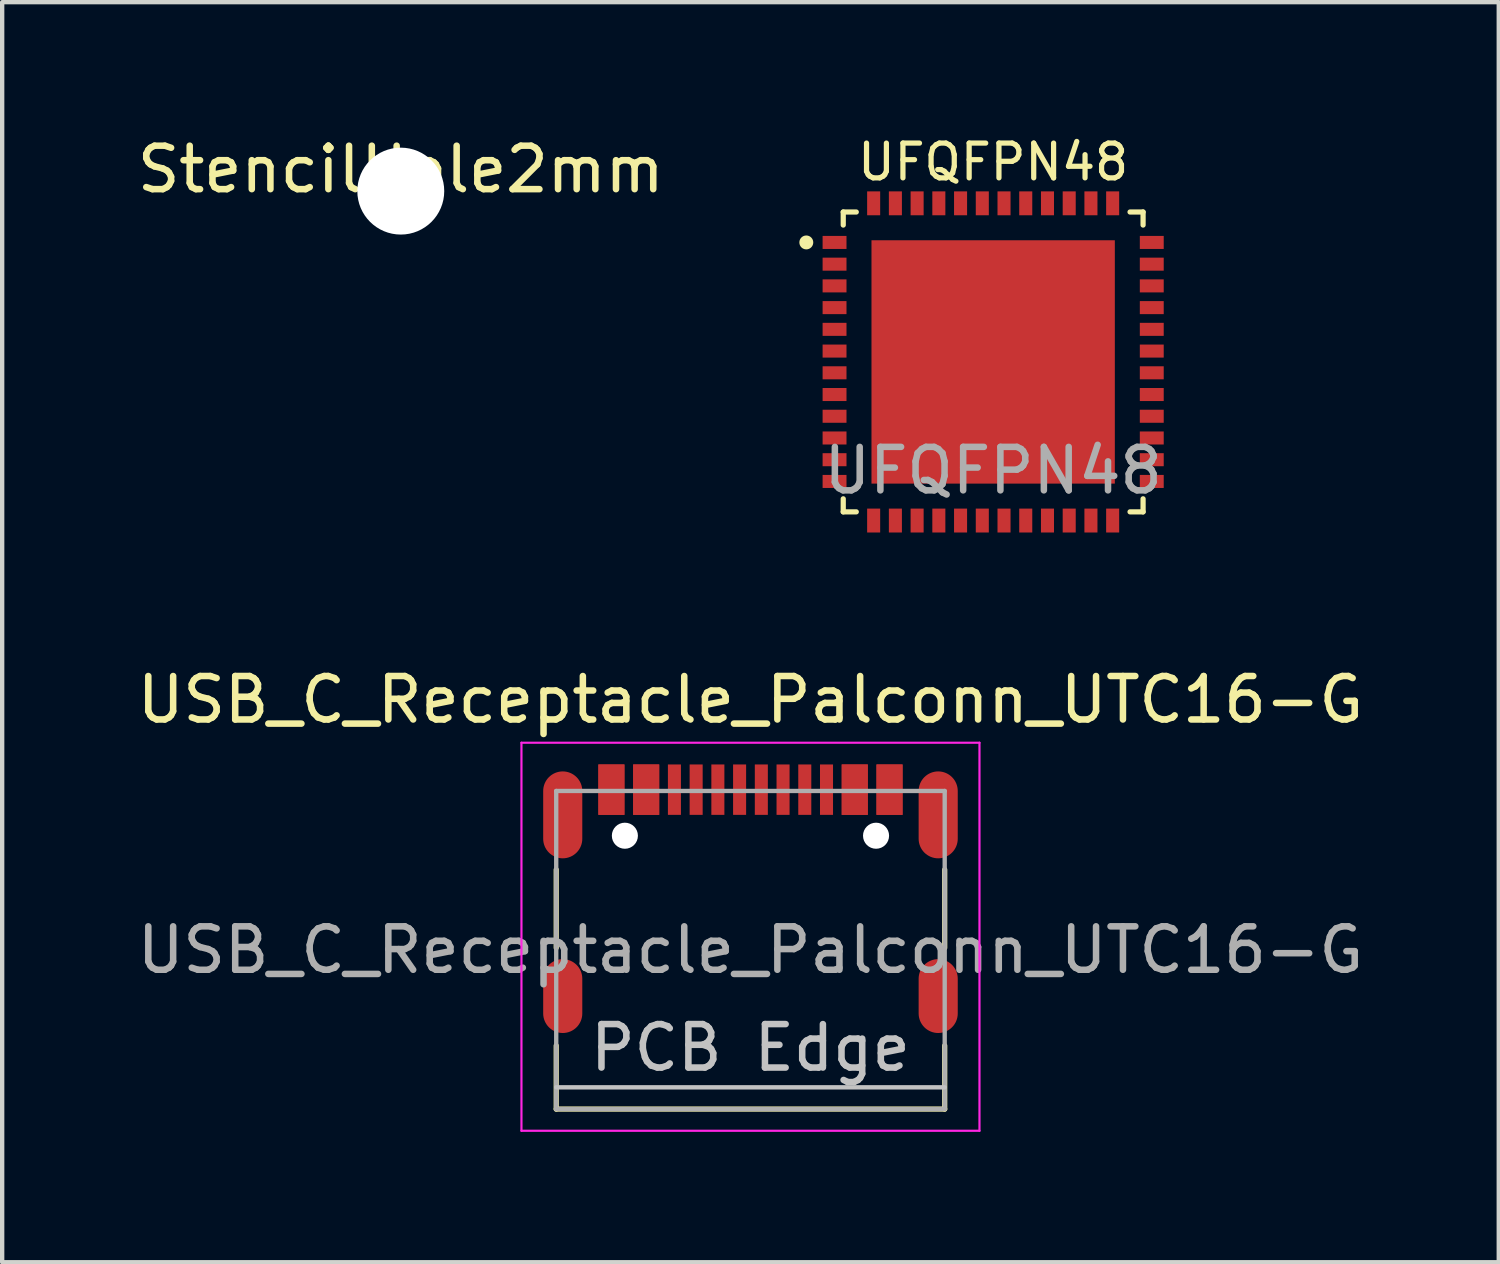
<source format=kicad_pcb>
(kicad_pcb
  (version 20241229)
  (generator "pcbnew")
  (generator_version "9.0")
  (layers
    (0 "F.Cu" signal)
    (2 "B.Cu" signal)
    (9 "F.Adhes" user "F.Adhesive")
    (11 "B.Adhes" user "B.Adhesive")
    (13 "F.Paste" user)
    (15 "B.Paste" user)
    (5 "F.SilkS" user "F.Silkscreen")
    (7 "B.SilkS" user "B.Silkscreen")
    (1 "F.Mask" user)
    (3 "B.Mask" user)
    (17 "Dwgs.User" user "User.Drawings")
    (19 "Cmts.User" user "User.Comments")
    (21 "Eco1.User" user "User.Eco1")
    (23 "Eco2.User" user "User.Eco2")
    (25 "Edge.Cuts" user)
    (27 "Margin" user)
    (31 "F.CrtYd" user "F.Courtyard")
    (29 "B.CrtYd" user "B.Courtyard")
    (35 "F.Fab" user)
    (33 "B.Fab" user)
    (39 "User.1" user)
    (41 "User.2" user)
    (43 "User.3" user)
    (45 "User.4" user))
  (footprint "USB_C_Receptacle_Palconn_UTC16-G"
    (layer "F.Cu")
    (at 14.22 17.632)
    (property "Reference" "USB_C_Receptacle_Palconn_UTC16-G" (at 0 -4.58 0) (layer "F.SilkS") (effects (font (size 1 1) (thickness 0.15))))
    (attr smd)
    (fp_line (start -4.47 -0.67) (end -4.47 1.13) (stroke (width 0.12) (type solid)) (layer "F.SilkS"))
    (fp_line (start -4.47 4.84) (end -4.47 3.38) (stroke (width 0.12) (type solid)) (layer "F.SilkS"))
    (fp_line (start 4.47 -0.67) (end 4.47 1.13) (stroke (width 0.12) (type solid)) (layer "F.SilkS"))
    (fp_line (start 4.47 4.84) (end -4.47 4.84) (stroke (width 0.12) (type solid)) (layer "F.SilkS"))
    (fp_line (start 4.47 4.84) (end 4.47 3.38) (stroke (width 0.12) (type solid)) (layer "F.SilkS"))
    (fp_line (start -4.47 4.34) (end 4.47 4.34) (stroke (width 0.1) (type solid)) (layer "Dwgs.User"))
    (fp_line (start -5.27 -3.59) (end -5.27 5.34) (stroke (width 0.05) (type solid)) (layer "F.CrtYd"))
    (fp_line (start -5.27 5.34) (end 5.27 5.34) (stroke (width 0.05) (type solid)) (layer "F.CrtYd"))
    (fp_line (start 5.27 -3.59) (end -5.27 -3.59) (stroke (width 0.05) (type solid)) (layer "F.CrtYd"))
    (fp_line (start 5.27 5.34) (end 5.27 -3.59) (stroke (width 0.05) (type solid)) (layer "F.CrtYd"))
    (fp_line (start -4.47 -2.48) (end -4.47 4.84) (stroke (width 0.1) (type solid)) (layer "F.Fab"))
    (fp_line (start -4.47 -2.48) (end 4.47 -2.48) (stroke (width 0.1) (type solid)) (layer "F.Fab"))
    (fp_line (start 4.47 -2.48) (end 4.47 4.84) (stroke (width 0.1) (type solid)) (layer "F.Fab"))
    (fp_line (start 4.47 4.84) (end -4.47 4.84) (stroke (width 0.1) (type solid)) (layer "F.Fab"))
    (fp_text user "PCB Edge" (at 0 3.43 0) (layer "Dwgs.User") (effects (font (size 1 1) (thickness 0.15))))
    (fp_text user "${REFERENCE}" (at 0 1.18 0) (layer "F.Fab") (effects (font (size 1 1) (thickness 0.15))))
    (pad "" np_thru_hole circle (at -2.89 -1.45 180) (size 0.6 0.6) (drill 0.6) (layers "*.Cu" "*.Mask"))
    (pad "" np_thru_hole circle (at 2.89 -1.45 180) (size 0.6 0.6) (drill 0.6) (layers "*.Cu" "*.Mask"))
    (pad "A1" smd rect (at -3.2 -2.51) (size 0.6 1.16) (layers "F.Cu" "F.Mask" "F.Paste"))
    (pad "A4" smd rect (at -2.4 -2.51) (size 0.6 1.16) (layers "F.Cu" "F.Mask" "F.Paste"))
    (pad "A5" smd rect (at -1.25 -2.51 180) (size 0.3 1.16) (layers "F.Cu" "F.Mask" "F.Paste"))
    (pad "A6" smd rect (at -0.25 -2.51 180) (size 0.3 1.16) (layers "F.Cu" "F.Mask" "F.Paste"))
    (pad "A7" smd rect (at 0.25 -2.51 180) (size 0.3 1.16) (layers "F.Cu" "F.Mask" "F.Paste"))
    (pad "A8" smd rect (at 1.25 -2.51 180) (size 0.3 1.16) (layers "F.Cu" "F.Mask" "F.Paste"))
    (pad "A9" smd rect (at 2.4 -2.51) (size 0.6 1.16) (layers "F.Cu" "F.Mask" "F.Paste"))
    (pad "A12" smd rect (at 3.2 -2.51) (size 0.6 1.16) (layers "F.Cu" "F.Mask" "F.Paste"))
    (pad "B1" smd rect (at 3.2 -2.51) (size 0.6 1.16) (layers "F.Cu" "F.Mask" "F.Paste"))
    (pad "B4" smd rect (at 2.4 -2.51) (size 0.6 1.16) (layers "F.Cu" "F.Mask" "F.Paste"))
    (pad "B5" smd rect (at 1.75 -2.51 180) (size 0.3 1.16) (layers "F.Cu" "F.Mask" "F.Paste"))
    (pad "B6" smd rect (at 0.75 -2.51 180) (size 0.3 1.16) (layers "F.Cu" "F.Mask" "F.Paste"))
    (pad "B7" smd rect (at -0.75 -2.51 180) (size 0.3 1.16) (layers "F.Cu" "F.Mask" "F.Paste"))
    (pad "B8" smd rect (at -1.75 -2.51 180) (size 0.3 1.16) (layers "F.Cu" "F.Mask" "F.Paste"))
    (pad "B9" smd rect (at -2.4 -2.51) (size 0.6 1.16) (layers "F.Cu" "F.Mask" "F.Paste"))
    (pad "B12" smd rect (at -3.2 -2.51) (size 0.6 1.16) (layers "F.Cu" "F.Mask" "F.Paste"))
    (pad "S1" smd oval (at -4.32 -1.93 90) (size 2 0.9) (layers "F.Cu" "F.Mask" "F.Paste"))
    (pad "S1" smd oval (at -4.32 2.24 90) (size 1.7 0.9) (layers "F.Cu" "F.Mask" "F.Paste"))
    (pad "S1" smd oval (at 4.32 -1.93 90) (size 2 0.9) (layers "F.Cu" "F.Mask" "F.Paste"))
    (pad "S1" smd oval (at 4.32 2.24 90) (size 1.7 0.9) (layers "F.Cu" "F.Mask" "F.Paste")))
  (footprint "UFQFPN48"
    (layer "F.Cu")
    (at 19.805 5.279)
    (property "Reference" "UFQFPN48" (at 0 -4.6 0) (unlocked yes) (layer "F.SilkS") (effects (font (size 0.8 0.8) (thickness 0.12))))
    (attr smd)
    (fp_line (start -3.45 -3.45) (end -3.45 -3.15) (stroke (width 0.12) (type solid)) (layer "F.SilkS"))
    (fp_line (start -3.45 3.15) (end -3.45 3.45) (stroke (width 0.12) (type solid)) (layer "F.SilkS"))
    (fp_line (start -3.45 3.45) (end -3.15 3.45) (stroke (width 0.12) (type solid)) (layer "F.SilkS"))
    (fp_line (start -3.15 -3.45) (end -3.45 -3.45) (stroke (width 0.12) (type solid)) (layer "F.SilkS"))
    (fp_line (start 3.15 3.45) (end 3.45 3.45) (stroke (width 0.12) (type solid)) (layer "F.SilkS"))
    (fp_line (start 3.45 -3.45) (end 3.15 -3.45) (stroke (width 0.12) (type solid)) (layer "F.SilkS"))
    (fp_line (start 3.45 -3.15) (end 3.45 -3.45) (stroke (width 0.12) (type solid)) (layer "F.SilkS"))
    (fp_line (start 3.45 3.45) (end 3.45 3.15) (stroke (width 0.12) (type solid)) (layer "F.SilkS"))
    (fp_circle (center -4.3 -2.75) (end -4.2 -2.75) (stroke (width 0.12) (type solid)) (fill yes) (layer "F.SilkS"))
    (fp_text user "${REFERENCE}" (at 0 2.5 0) (unlocked yes) (layer "F.Fab") (effects (font (size 1 1) (thickness 0.15))))
    (pad "1" smd rect (at -3.65 -2.75 270) (size 0.3 0.55) (layers "F.Cu" "F.Mask" "F.Paste"))
    (pad "2" smd rect (at -3.65 -2.25 270) (size 0.3 0.55) (layers "F.Cu" "F.Mask" "F.Paste"))
    (pad "3" smd rect (at -3.65 -1.75 270) (size 0.3 0.55) (layers "F.Cu" "F.Mask" "F.Paste"))
    (pad "4" smd rect (at -3.65 -1.25 270) (size 0.3 0.55) (layers "F.Cu" "F.Mask" "F.Paste"))
    (pad "5" smd rect (at -3.65 -0.75 270) (size 0.3 0.55) (layers "F.Cu" "F.Mask" "F.Paste"))
    (pad "6" smd rect (at -3.65 -0.25 270) (size 0.3 0.55) (layers "F.Cu" "F.Mask" "F.Paste"))
    (pad "7" smd rect (at -3.65 0.25 270) (size 0.3 0.55) (layers "F.Cu" "F.Mask" "F.Paste"))
    (pad "8" smd rect (at -3.65 0.75 270) (size 0.3 0.55) (layers "F.Cu" "F.Mask" "F.Paste"))
    (pad "9" smd rect (at -3.65 1.25 270) (size 0.3 0.55) (layers "F.Cu" "F.Mask" "F.Paste"))
    (pad "10" smd rect (at -3.65 1.75 270) (size 0.3 0.55) (layers "F.Cu" "F.Mask" "F.Paste"))
    (pad "11" smd rect (at -3.65 2.25 270) (size 0.3 0.55) (layers "F.Cu" "F.Mask" "F.Paste"))
    (pad "12" smd rect (at -3.65 2.75 270) (size 0.3 0.55) (layers "F.Cu" "F.Mask" "F.Paste"))
    (pad "13" smd rect (at -2.75 3.65) (size 0.3 0.55) (layers "F.Cu" "F.Mask" "F.Paste"))
    (pad "14" smd rect (at -2.25 3.65) (size 0.3 0.55) (layers "F.Cu" "F.Mask" "F.Paste"))
    (pad "15" smd rect (at -1.75 3.65) (size 0.3 0.55) (layers "F.Cu" "F.Mask" "F.Paste"))
    (pad "16" smd rect (at -1.25 3.65) (size 0.3 0.55) (layers "F.Cu" "F.Mask" "F.Paste"))
    (pad "17" smd rect (at -0.75 3.65) (size 0.3 0.55) (layers "F.Cu" "F.Mask" "F.Paste"))
    (pad "18" smd rect (at -0.25 3.65) (size 0.3 0.55) (layers "F.Cu" "F.Mask" "F.Paste"))
    (pad "19" smd rect (at 0.25 3.65) (size 0.3 0.55) (layers "F.Cu" "F.Mask" "F.Paste"))
    (pad "20" smd rect (at 0.75 3.65) (size 0.3 0.55) (layers "F.Cu" "F.Mask" "F.Paste"))
    (pad "21" smd rect (at 1.25 3.65) (size 0.3 0.55) (layers "F.Cu" "F.Mask" "F.Paste"))
    (pad "22" smd rect (at 1.75 3.65) (size 0.3 0.55) (layers "F.Cu" "F.Mask" "F.Paste"))
    (pad "23" smd rect (at 2.25 3.65) (size 0.3 0.55) (layers "F.Cu" "F.Mask" "F.Paste"))
    (pad "24" smd rect (at 2.75 3.65) (size 0.3 0.55) (layers "F.Cu" "F.Mask" "F.Paste"))
    (pad "25" smd rect (at 3.65 2.75 90) (size 0.3 0.55) (layers "F.Cu" "F.Mask" "F.Paste"))
    (pad "26" smd rect (at 3.65 2.25 90) (size 0.3 0.55) (layers "F.Cu" "F.Mask" "F.Paste"))
    (pad "27" smd rect (at 3.65 1.75 90) (size 0.3 0.55) (layers "F.Cu" "F.Mask" "F.Paste"))
    (pad "28" smd rect (at 3.65 1.25 90) (size 0.3 0.55) (layers "F.Cu" "F.Mask" "F.Paste"))
    (pad "29" smd rect (at 3.65 0.75 90) (size 0.3 0.55) (layers "F.Cu" "F.Mask" "F.Paste"))
    (pad "30" smd rect (at 3.65 0.25 90) (size 0.3 0.55) (layers "F.Cu" "F.Mask" "F.Paste"))
    (pad "31" smd rect (at 3.65 -0.25 90) (size 0.3 0.55) (layers "F.Cu" "F.Mask" "F.Paste"))
    (pad "32" smd rect (at 3.65 -0.75 90) (size 0.3 0.55) (layers "F.Cu" "F.Mask" "F.Paste"))
    (pad "33" smd rect (at 3.65 -1.25 90) (size 0.3 0.55) (layers "F.Cu" "F.Mask" "F.Paste"))
    (pad "34" smd rect (at 3.65 -1.75 90) (size 0.3 0.55) (layers "F.Cu" "F.Mask" "F.Paste"))
    (pad "35" smd rect (at 3.65 -2.25 90) (size 0.3 0.55) (layers "F.Cu" "F.Mask" "F.Paste"))
    (pad "36" smd rect (at 3.65 -2.75 90) (size 0.3 0.55) (layers "F.Cu" "F.Mask" "F.Paste"))
    (pad "37" smd rect (at 2.75 -3.65 180) (size 0.3 0.55) (layers "F.Cu" "F.Mask" "F.Paste"))
    (pad "38" smd rect (at 2.25 -3.65 180) (size 0.3 0.55) (layers "F.Cu" "F.Mask" "F.Paste"))
    (pad "39" smd rect (at 1.75 -3.65 180) (size 0.3 0.55) (layers "F.Cu" "F.Mask" "F.Paste"))
    (pad "40" smd rect (at 1.25 -3.65 180) (size 0.3 0.55) (layers "F.Cu" "F.Mask" "F.Paste"))
    (pad "41" smd rect (at 0.75 -3.65 180) (size 0.3 0.55) (layers "F.Cu" "F.Mask" "F.Paste"))
    (pad "42" smd rect (at 0.25 -3.65 180) (size 0.3 0.55) (layers "F.Cu" "F.Mask" "F.Paste"))
    (pad "43" smd rect (at -0.25 -3.65 180) (size 0.3 0.55) (layers "F.Cu" "F.Mask" "F.Paste"))
    (pad "44" smd rect (at -0.75 -3.65 180) (size 0.3 0.55) (layers "F.Cu" "F.Mask" "F.Paste"))
    (pad "45" smd rect (at -1.25 -3.65 180) (size 0.3 0.55) (layers "F.Cu" "F.Mask" "F.Paste"))
    (pad "46" smd rect (at -1.75 -3.65 180) (size 0.3 0.55) (layers "F.Cu" "F.Mask" "F.Paste"))
    (pad "47" smd rect (at -2.25 -3.65 180) (size 0.3 0.55) (layers "F.Cu" "F.Mask" "F.Paste"))
    (pad "48" smd rect (at -2.75 -3.65 180) (size 0.3 0.55) (layers "F.Cu" "F.Mask" "F.Paste"))
    (pad "48" smd rect (at 0 0 180) (size 5.6 5.6) (layers "F.Cu" "F.Mask" "F.Paste")))
  (footprint "StencilHole2mm"
    (layer "F.Cu")
    (at 6.173 1.348)
    (property "Reference" "StencilHole2mm" (at 0 -0.5 0) (unlocked yes) (layer "F.SilkS") (effects (font (size 1 1) (thickness 0.15))))
    (attr smd)
    (pad "" np_thru_hole circle (at 0 0) (size 2 2) (drill 2) (layers "*.Cu" "*.Paste" "*.Mask")))
  (gr_rect
    (start -3 -3)
    (end 31.44 25.997)
    (stroke (width 0.1) (type default))
    (fill no)
    (layer "Edge.Cuts")))
</source>
